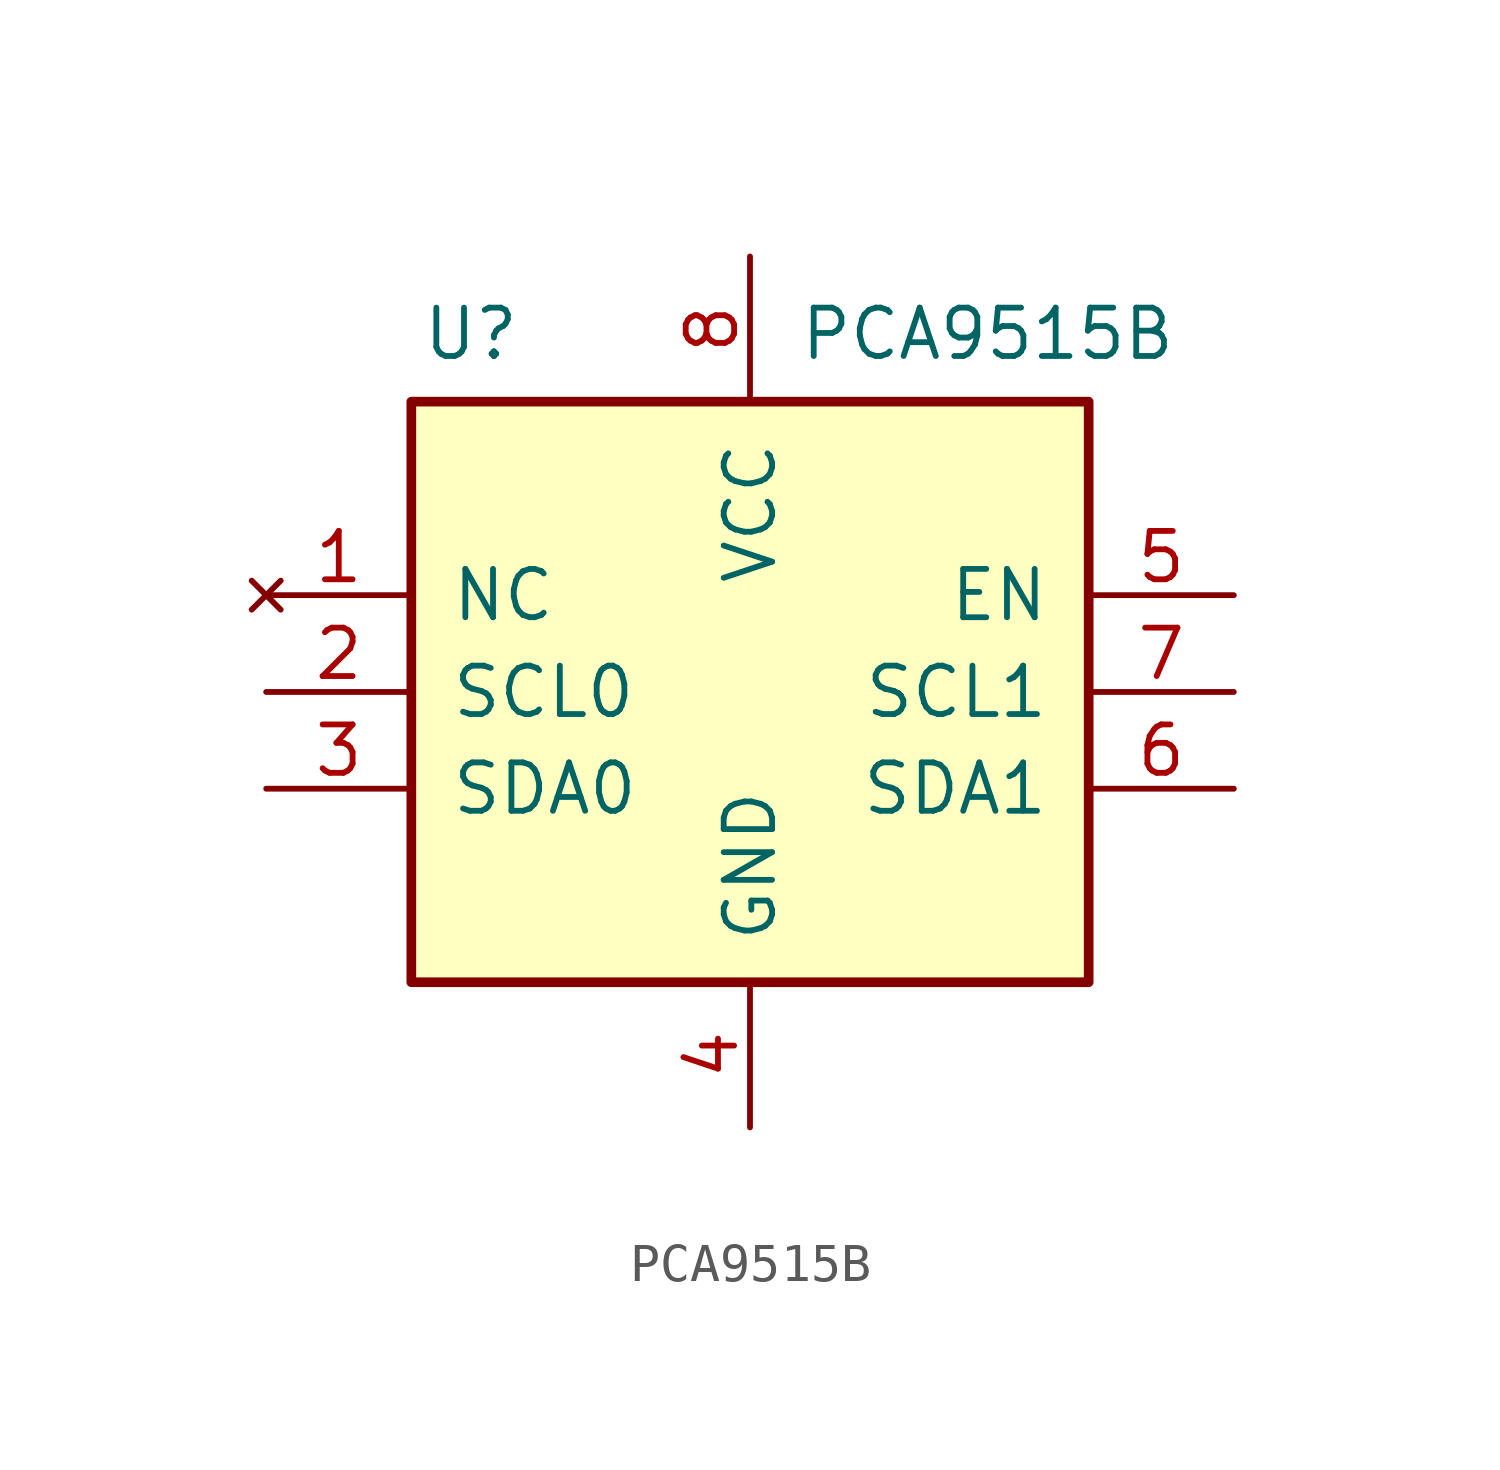
<source format=kicad_sym>
(kicad_symbol_lib
  (version 20241209)
  (generator "kicad_symbol_editor")
  (generator_version "9.0")
  (symbol "PCA9515B"
    (pin_names
      (offset 1.016))
    (property "Reference" "U"
      (at -8.636 9.398 0)
      (effects (font (size 1.27 1.27)) (justify left)))
    (property "Value" "PCA9515B"
      (at 1.27 9.398 0)
      (effects (font (size 1.27 1.27)) (justify left)))
    (symbol "PCA9515B_0_1"
      (rectangle (start -8.89 7.62) (end 8.89 -7.62) (stroke (width 0.254) (type default)) (fill (type background))))
    (symbol "PCA9515B_1_1"
      (pin no_connect line (at -12.7 2.54 0) (length 3.81) (name "NC" (effects (font (size 1.27 1.27)))) (number "1" (effects (font (size 1.27 1.27)))))
      (pin bidirectional line (at -12.7 0 0) (length 3.81) (name "SCL0" (effects (font (size 1.27 1.27)))) (number "2" (effects (font (size 1.27 1.27)))))
      (pin bidirectional line (at -12.7 -2.54 0) (length 3.81) (name "SDA0" (effects (font (size 1.27 1.27)))) (number "3" (effects (font (size 1.27 1.27)))))
      (pin power_in line (at 0 11.43 270) (length 3.81) (name "VCC" (effects (font (size 1.27 1.27)))) (number "8" (effects (font (size 1.27 1.27)))))
      (pin power_in line (at 0 -11.43 90) (length 3.81) (name "GND" (effects (font (size 1.27 1.27)))) (number "4" (effects (font (size 1.27 1.27)))))
      (pin input line (at 12.7 2.54 180) (length 3.81) (name "EN" (effects (font (size 1.27 1.27)))) (number "5" (effects (font (size 1.27 1.27)))))
      (pin bidirectional line (at 12.7 0 180) (length 3.81) (name "SCL1" (effects (font (size 1.27 1.27)))) (number "7" (effects (font (size 1.27 1.27)))))
      (pin bidirectional line (at 12.7 -2.54 180) (length 3.81) (name "SDA1" (effects (font (size 1.27 1.27)))) (number "6" (effects (font (size 1.27 1.27))))))))
</source>
